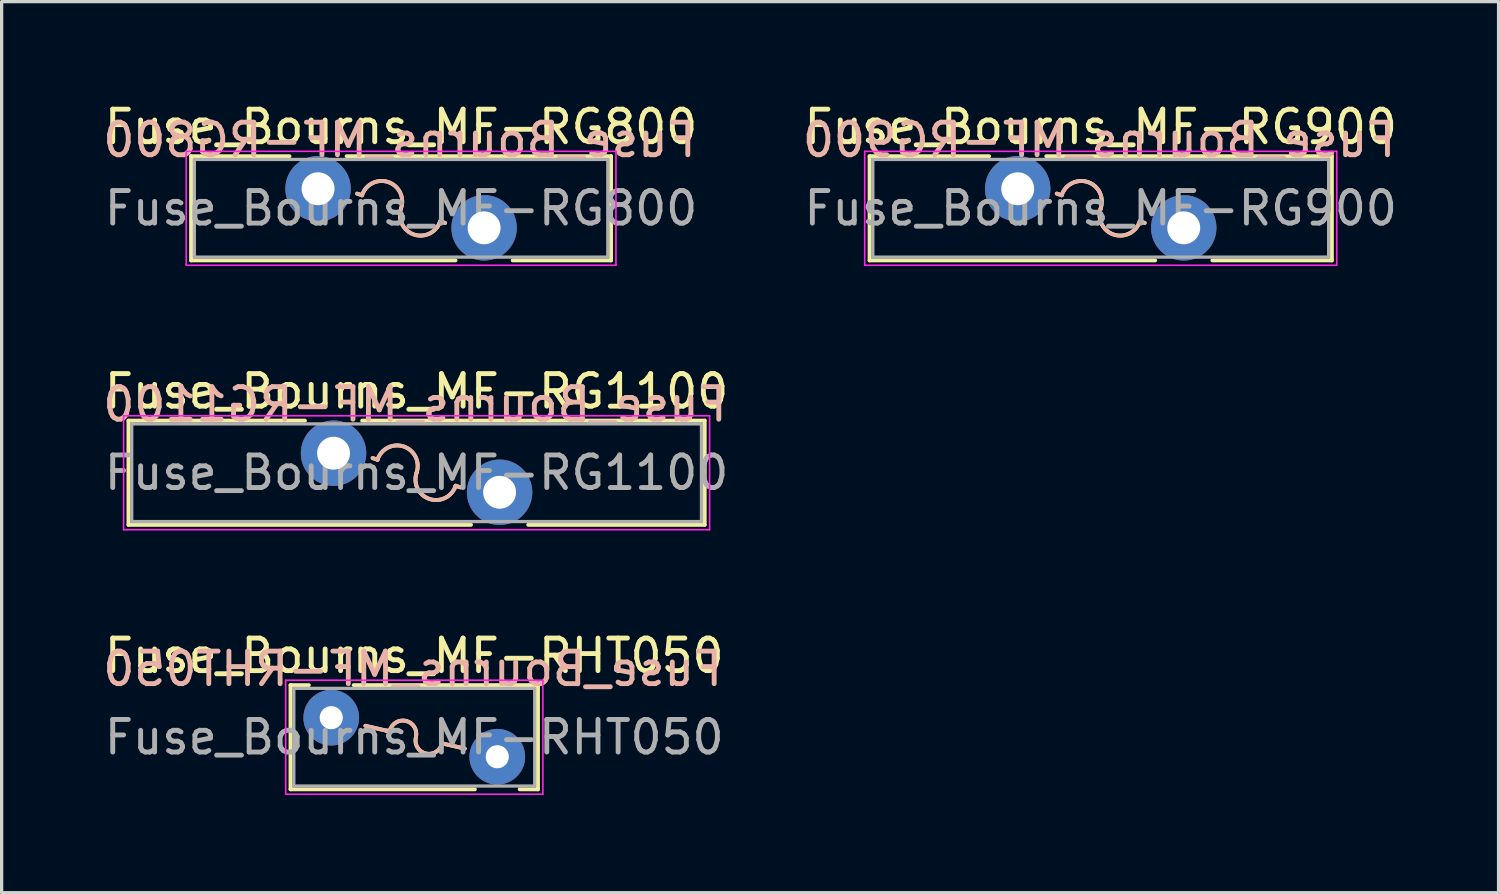
<source format=kicad_pcb>
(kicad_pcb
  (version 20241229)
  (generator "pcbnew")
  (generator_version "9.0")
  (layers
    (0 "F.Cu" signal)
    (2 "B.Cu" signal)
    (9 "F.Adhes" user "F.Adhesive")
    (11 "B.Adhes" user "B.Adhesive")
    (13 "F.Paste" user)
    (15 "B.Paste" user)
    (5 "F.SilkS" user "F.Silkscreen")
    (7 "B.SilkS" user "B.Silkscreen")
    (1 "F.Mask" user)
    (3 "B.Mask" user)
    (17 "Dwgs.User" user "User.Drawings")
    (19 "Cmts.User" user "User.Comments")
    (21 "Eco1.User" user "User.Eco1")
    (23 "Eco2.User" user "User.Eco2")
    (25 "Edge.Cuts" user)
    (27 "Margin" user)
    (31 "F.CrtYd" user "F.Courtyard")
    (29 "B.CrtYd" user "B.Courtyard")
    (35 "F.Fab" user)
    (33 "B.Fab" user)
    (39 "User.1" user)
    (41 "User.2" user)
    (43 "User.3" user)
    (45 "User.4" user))
  (footprint "Fuse_Bourns_MF-RG1100"
    (layer "F.Cu")
    (at 7.196 10.871)
    (property "Reference" "Fuse_Bourns_MF-RG1100" (at 2.55 -1.9 0) (layer "F.SilkS") (effects (font (size 1 1) (thickness 0.15))))
    (fp_line (start -6.3 -1) (end -6.3 2.2) (stroke (width 0.12) (type solid)) (layer "F.SilkS"))
    (fp_line (start -6.3 -1) (end -0.879 -1) (stroke (width 0.12) (type solid)) (layer "F.SilkS"))
    (fp_line (start -6.3 2.2) (end 4.222 2.2) (stroke (width 0.12) (type solid)) (layer "F.SilkS"))
    (fp_line (start 0.879 -1) (end 11.4 -1) (stroke (width 0.12) (type solid)) (layer "F.SilkS"))
    (fp_line (start 1.2 0.15) (end 1.35 0.2) (stroke (width 0.12) (type solid)) (layer "F.SilkS"))
    (fp_line (start 3.75 1) (end 3.9 1.05) (stroke (width 0.12) (type solid)) (layer "F.SilkS"))
    (fp_line (start 5.979 2.2) (end 11.4 2.2) (stroke (width 0.12) (type solid)) (layer "F.SilkS"))
    (fp_line (start 11.4 -1) (end 11.4 2.2) (stroke (width 0.12) (type solid)) (layer "F.SilkS"))
    (fp_arc (start 1.350003 0.200002) (mid 2.150001 -0.199998) (end 2.550001 0.6) (stroke (width 0.12) (type solid)) (layer "F.SilkS"))
    (fp_arc (start 3.749999 0.999998) (mid 2.950001 1.399998) (end 2.550001 0.6) (stroke (width 0.12) (type solid)) (layer "F.SilkS"))
    (fp_line (start 1.2 0.15) (end 1.35 0.2) (stroke (width 0.12) (type solid)) (layer "B.SilkS"))
    (fp_line (start 3.75 1) (end 3.9 1.05) (stroke (width 0.12) (type solid)) (layer "B.SilkS"))
    (fp_arc (start 1.350003 0.200002) (mid 2.150001 -0.199998) (end 2.550001 0.6) (stroke (width 0.12) (type solid)) (layer "B.SilkS"))
    (fp_arc (start 3.749999 0.999998) (mid 2.950001 1.399998) (end 2.550001 0.6) (stroke (width 0.12) (type solid)) (layer "B.SilkS"))
    (fp_line (start -6.45 -1.15) (end -6.45 2.35) (stroke (width 0.05) (type solid)) (layer "F.CrtYd"))
    (fp_line (start -6.45 2.35) (end 11.55 2.35) (stroke (width 0.05) (type solid)) (layer "F.CrtYd"))
    (fp_line (start 11.55 -1.15) (end -6.45 -1.15) (stroke (width 0.05) (type solid)) (layer "F.CrtYd"))
    (fp_line (start 11.55 2.35) (end 11.55 -1.15) (stroke (width 0.05) (type solid)) (layer "F.CrtYd"))
    (fp_line (start -6.2 -0.9) (end -6.2 2.1) (stroke (width 0.1) (type solid)) (layer "F.Fab"))
    (fp_line (start -6.2 2.1) (end 11.3 2.1) (stroke (width 0.1) (type solid)) (layer "F.Fab"))
    (fp_line (start 11.3 -0.9) (end -6.2 -0.9) (stroke (width 0.1) (type solid)) (layer "F.Fab"))
    (fp_line (start 11.3 2.1) (end 11.3 -0.9) (stroke (width 0.1) (type solid)) (layer "F.Fab"))
    (fp_text user "${REFERENCE}" (at 2.5 -1.5 0) (layer "B.SilkS") (effects (font (size 1 1) (thickness 0.15)) (justify mirror)))
    (fp_text user "${REFERENCE}" (at 2.55 0.6 0) (layer "F.Fab") (effects (font (size 1 1) (thickness 0.15))))
    (pad "1" thru_hole circle (at 0 0) (size 2.01 2.01) (drill 1.01) (layers "*.Cu" "*.Mask"))
    (pad "2" thru_hole circle (at 5.1 1.2) (size 2.01 2.01) (drill 1.01) (layers "*.Cu" "*.Mask")))
  (footprint "Fuse_Bourns_MF-RG900"
    (layer "F.Cu")
    (at 28.211 2.748)
    (property "Reference" "Fuse_Bourns_MF-RG900" (at 2.55 -1.9 0) (layer "F.SilkS") (effects (font (size 1 1) (thickness 0.15))))
    (fp_line (start -4.55 -1) (end -4.55 2.2) (stroke (width 0.12) (type solid)) (layer "F.SilkS"))
    (fp_line (start -4.55 -1) (end -0.879 -1) (stroke (width 0.12) (type solid)) (layer "F.SilkS"))
    (fp_line (start -4.55 2.2) (end 4.222 2.2) (stroke (width 0.12) (type solid)) (layer "F.SilkS"))
    (fp_line (start 0.879 -1) (end 9.65 -1) (stroke (width 0.12) (type solid)) (layer "F.SilkS"))
    (fp_line (start 1.2 0.15) (end 1.35 0.2) (stroke (width 0.12) (type solid)) (layer "F.SilkS"))
    (fp_line (start 3.75 1) (end 3.9 1.05) (stroke (width 0.12) (type solid)) (layer "F.SilkS"))
    (fp_line (start 5.979 2.2) (end 9.65 2.2) (stroke (width 0.12) (type solid)) (layer "F.SilkS"))
    (fp_line (start 9.65 -1) (end 9.65 2.2) (stroke (width 0.12) (type solid)) (layer "F.SilkS"))
    (fp_arc (start 1.350003 0.200002) (mid 2.150001 -0.199998) (end 2.550001 0.6) (stroke (width 0.12) (type solid)) (layer "F.SilkS"))
    (fp_arc (start 3.749999 0.999998) (mid 2.950001 1.399998) (end 2.550001 0.6) (stroke (width 0.12) (type solid)) (layer "F.SilkS"))
    (fp_line (start 1.2 0.15) (end 1.35 0.2) (stroke (width 0.12) (type solid)) (layer "B.SilkS"))
    (fp_line (start 3.75 1) (end 3.9 1.05) (stroke (width 0.12) (type solid)) (layer "B.SilkS"))
    (fp_arc (start 1.350003 0.200002) (mid 2.150001 -0.199998) (end 2.550001 0.6) (stroke (width 0.12) (type solid)) (layer "B.SilkS"))
    (fp_arc (start 3.749999 0.999998) (mid 2.950001 1.399998) (end 2.550001 0.6) (stroke (width 0.12) (type solid)) (layer "B.SilkS"))
    (fp_line (start -4.7 -1.15) (end -4.7 2.35) (stroke (width 0.05) (type solid)) (layer "F.CrtYd"))
    (fp_line (start -4.7 2.35) (end 9.8 2.35) (stroke (width 0.05) (type solid)) (layer "F.CrtYd"))
    (fp_line (start 9.8 -1.15) (end -4.7 -1.15) (stroke (width 0.05) (type solid)) (layer "F.CrtYd"))
    (fp_line (start 9.8 2.35) (end 9.8 -1.15) (stroke (width 0.05) (type solid)) (layer "F.CrtYd"))
    (fp_line (start -4.45 -0.9) (end -4.45 2.1) (stroke (width 0.1) (type solid)) (layer "F.Fab"))
    (fp_line (start -4.45 2.1) (end 9.55 2.1) (stroke (width 0.1) (type solid)) (layer "F.Fab"))
    (fp_line (start 9.55 -0.9) (end -4.45 -0.9) (stroke (width 0.1) (type solid)) (layer "F.Fab"))
    (fp_line (start 9.55 2.1) (end 9.55 -0.9) (stroke (width 0.1) (type solid)) (layer "F.Fab"))
    (fp_text user "${REFERENCE}" (at 2.5 -1.5 0) (layer "B.SilkS") (effects (font (size 1 1) (thickness 0.15)) (justify mirror)))
    (fp_text user "${REFERENCE}" (at 2.55 0.6 0) (layer "F.Fab") (effects (font (size 1 1) (thickness 0.15))))
    (pad "1" thru_hole circle (at 0 0) (size 2.01 2.01) (drill 1.01) (layers "*.Cu" "*.Mask"))
    (pad "2" thru_hole circle (at 5.1 1.2) (size 2.01 2.01) (drill 1.01) (layers "*.Cu" "*.Mask")))
  (footprint "Fuse_Bourns_MF-RG800"
    (layer "F.Cu")
    (at 6.72 2.748)
    (property "Reference" "Fuse_Bourns_MF-RG800" (at 2.55 -1.9 0) (layer "F.SilkS") (effects (font (size 1 1) (thickness 0.15))))
    (fp_line (start -3.9 -1) (end -3.9 2.2) (stroke (width 0.12) (type solid)) (layer "F.SilkS"))
    (fp_line (start -3.9 -1) (end -0.879 -1) (stroke (width 0.12) (type solid)) (layer "F.SilkS"))
    (fp_line (start -3.9 2.2) (end 4.222 2.2) (stroke (width 0.12) (type solid)) (layer "F.SilkS"))
    (fp_line (start 0.879 -1) (end 9 -1) (stroke (width 0.12) (type solid)) (layer "F.SilkS"))
    (fp_line (start 1.2 0.15) (end 1.35 0.2) (stroke (width 0.12) (type solid)) (layer "F.SilkS"))
    (fp_line (start 3.75 1) (end 3.9 1.05) (stroke (width 0.12) (type solid)) (layer "F.SilkS"))
    (fp_line (start 5.979 2.2) (end 9 2.2) (stroke (width 0.12) (type solid)) (layer "F.SilkS"))
    (fp_line (start 9 -1) (end 9 2.2) (stroke (width 0.12) (type solid)) (layer "F.SilkS"))
    (fp_arc (start 1.350003 0.200002) (mid 2.150001 -0.199998) (end 2.550001 0.6) (stroke (width 0.12) (type solid)) (layer "F.SilkS"))
    (fp_arc (start 3.749999 0.999998) (mid 2.950001 1.399998) (end 2.550001 0.6) (stroke (width 0.12) (type solid)) (layer "F.SilkS"))
    (fp_line (start 1.2 0.15) (end 1.35 0.2) (stroke (width 0.12) (type solid)) (layer "B.SilkS"))
    (fp_line (start 3.75 1) (end 3.9 1.05) (stroke (width 0.12) (type solid)) (layer "B.SilkS"))
    (fp_arc (start 1.350003 0.200002) (mid 2.150001 -0.199998) (end 2.550001 0.6) (stroke (width 0.12) (type solid)) (layer "B.SilkS"))
    (fp_arc (start 3.749999 0.999998) (mid 2.950001 1.399998) (end 2.550001 0.6) (stroke (width 0.12) (type solid)) (layer "B.SilkS"))
    (fp_line (start -4.05 -1.15) (end -4.05 2.35) (stroke (width 0.05) (type solid)) (layer "F.CrtYd"))
    (fp_line (start -4.05 2.35) (end 9.15 2.35) (stroke (width 0.05) (type solid)) (layer "F.CrtYd"))
    (fp_line (start 9.15 -1.15) (end -4.05 -1.15) (stroke (width 0.05) (type solid)) (layer "F.CrtYd"))
    (fp_line (start 9.15 2.35) (end 9.15 -1.15) (stroke (width 0.05) (type solid)) (layer "F.CrtYd"))
    (fp_line (start -3.8 -0.9) (end -3.8 2.1) (stroke (width 0.1) (type solid)) (layer "F.Fab"))
    (fp_line (start -3.8 2.1) (end 8.9 2.1) (stroke (width 0.1) (type solid)) (layer "F.Fab"))
    (fp_line (start 8.9 -0.9) (end -3.8 -0.9) (stroke (width 0.1) (type solid)) (layer "F.Fab"))
    (fp_line (start 8.9 2.1) (end 8.9 -0.9) (stroke (width 0.1) (type solid)) (layer "F.Fab"))
    (fp_text user "${REFERENCE}" (at 2.5 -1.5 0) (layer "B.SilkS") (effects (font (size 1 1) (thickness 0.15)) (justify mirror)))
    (fp_text user "${REFERENCE}" (at 2.55 0.6 0) (layer "F.Fab") (effects (font (size 1 1) (thickness 0.15))))
    (pad "1" thru_hole circle (at 0 0) (size 2.01 2.01) (drill 1.01) (layers "*.Cu" "*.Mask"))
    (pad "2" thru_hole circle (at 5.1 1.2) (size 2.01 2.01) (drill 1.01) (layers "*.Cu" "*.Mask")))
  (footprint "Fuse_Bourns_MF-RHT050"
    (layer "F.Cu")
    (at 7.125 18.995)
    (property "Reference" "Fuse_Bourns_MF-RHT050" (at 2.55 -1.9 0) (layer "F.SilkS") (effects (font (size 1 1) (thickness 0.15))))
    (fp_line (start -1.251 -1) (end -1.251 2.2) (stroke (width 0.12) (type solid)) (layer "F.SilkS"))
    (fp_line (start -1.251 -1) (end -0.689 -1) (stroke (width 0.12) (type solid)) (layer "F.SilkS"))
    (fp_line (start -1.251 2.2) (end 4.412 2.2) (stroke (width 0.12) (type solid)) (layer "F.SilkS"))
    (fp_line (start 0.689 -1) (end 6.35 -1) (stroke (width 0.12) (type solid)) (layer "F.SilkS"))
    (fp_line (start 1.05 0.25) (end 1.7 0.4) (stroke (width 0.12) (type solid)) (layer "F.SilkS"))
    (fp_line (start 1.8 0.4) (end 1.7 0.4) (stroke (width 0.12) (type solid)) (layer "F.SilkS"))
    (fp_line (start 3.4 0.8) (end 3.45 0.8) (stroke (width 0.12) (type solid)) (layer "F.SilkS"))
    (fp_line (start 3.45 0.8) (end 4.1 0.95) (stroke (width 0.12) (type solid)) (layer "F.SilkS"))
    (fp_line (start 5.789 2.2) (end 6.35 2.2) (stroke (width 0.12) (type solid)) (layer "F.SilkS"))
    (fp_line (start 6.35 -1) (end 6.35 2.2) (stroke (width 0.12) (type solid)) (layer "F.SilkS"))
    (fp_arc (start 1.800001 0.400001) (mid 2.299999 0.100001) (end 2.599999 0.599999) (stroke (width 0.12) (type solid)) (layer "F.SilkS"))
    (fp_arc (start 3.399999 0.799999) (mid 2.900001 1.099999) (end 2.600001 0.600001) (stroke (width 0.12) (type solid)) (layer "F.SilkS"))
    (fp_line (start 1.05 0.25) (end 1.7 0.4) (stroke (width 0.12) (type solid)) (layer "B.SilkS"))
    (fp_line (start 1.8 0.4) (end 1.7 0.4) (stroke (width 0.12) (type solid)) (layer "B.SilkS"))
    (fp_line (start 3.4 0.8) (end 3.45 0.8) (stroke (width 0.12) (type solid)) (layer "B.SilkS"))
    (fp_line (start 3.45 0.8) (end 4.1 0.95) (stroke (width 0.12) (type solid)) (layer "B.SilkS"))
    (fp_arc (start 1.800001 0.400001) (mid 2.299999 0.100001) (end 2.599999 0.599999) (stroke (width 0.12) (type solid)) (layer "B.SilkS"))
    (fp_arc (start 3.399999 0.799999) (mid 2.900001 1.099999) (end 2.600001 0.600001) (stroke (width 0.12) (type solid)) (layer "B.SilkS"))
    (fp_line (start -1.4 -1.15) (end -1.4 2.35) (stroke (width 0.05) (type solid)) (layer "F.CrtYd"))
    (fp_line (start -1.4 2.35) (end 6.5 2.35) (stroke (width 0.05) (type solid)) (layer "F.CrtYd"))
    (fp_line (start 6.5 -1.15) (end -1.4 -1.15) (stroke (width 0.05) (type solid)) (layer "F.CrtYd"))
    (fp_line (start 6.5 2.35) (end 6.5 -1.15) (stroke (width 0.05) (type solid)) (layer "F.CrtYd"))
    (fp_line (start -1.15 -0.9) (end -1.15 2.1) (stroke (width 0.1) (type solid)) (layer "F.Fab"))
    (fp_line (start -1.15 2.1) (end 6.25 2.1) (stroke (width 0.1) (type solid)) (layer "F.Fab"))
    (fp_line (start 6.25 -0.9) (end -1.15 -0.9) (stroke (width 0.1) (type solid)) (layer "F.Fab"))
    (fp_line (start 6.25 2.1) (end 6.25 -0.9) (stroke (width 0.1) (type solid)) (layer "F.Fab"))
    (fp_text user "${REFERENCE}" (at 2.5 -1.5 0) (layer "B.SilkS") (effects (font (size 1 1) (thickness 0.15)) (justify mirror)))
    (fp_text user "${REFERENCE}" (at 2.55 0.6 0) (layer "F.Fab") (effects (font (size 1 1) (thickness 0.15))))
    (pad "1" thru_hole circle (at 0 0) (size 1.71 1.71) (drill 0.71) (layers "*.Cu" "*.Mask"))
    (pad "2" thru_hole circle (at 5.1 1.2) (size 1.71 1.71) (drill 0.71) (layers "*.Cu" "*.Mask")))
  (gr_rect
    (start -3 -3)
    (end 42.981 24.37)
    (stroke (width 0.1) (type default))
    (fill no)
    (layer "Edge.Cuts")))
</source>
